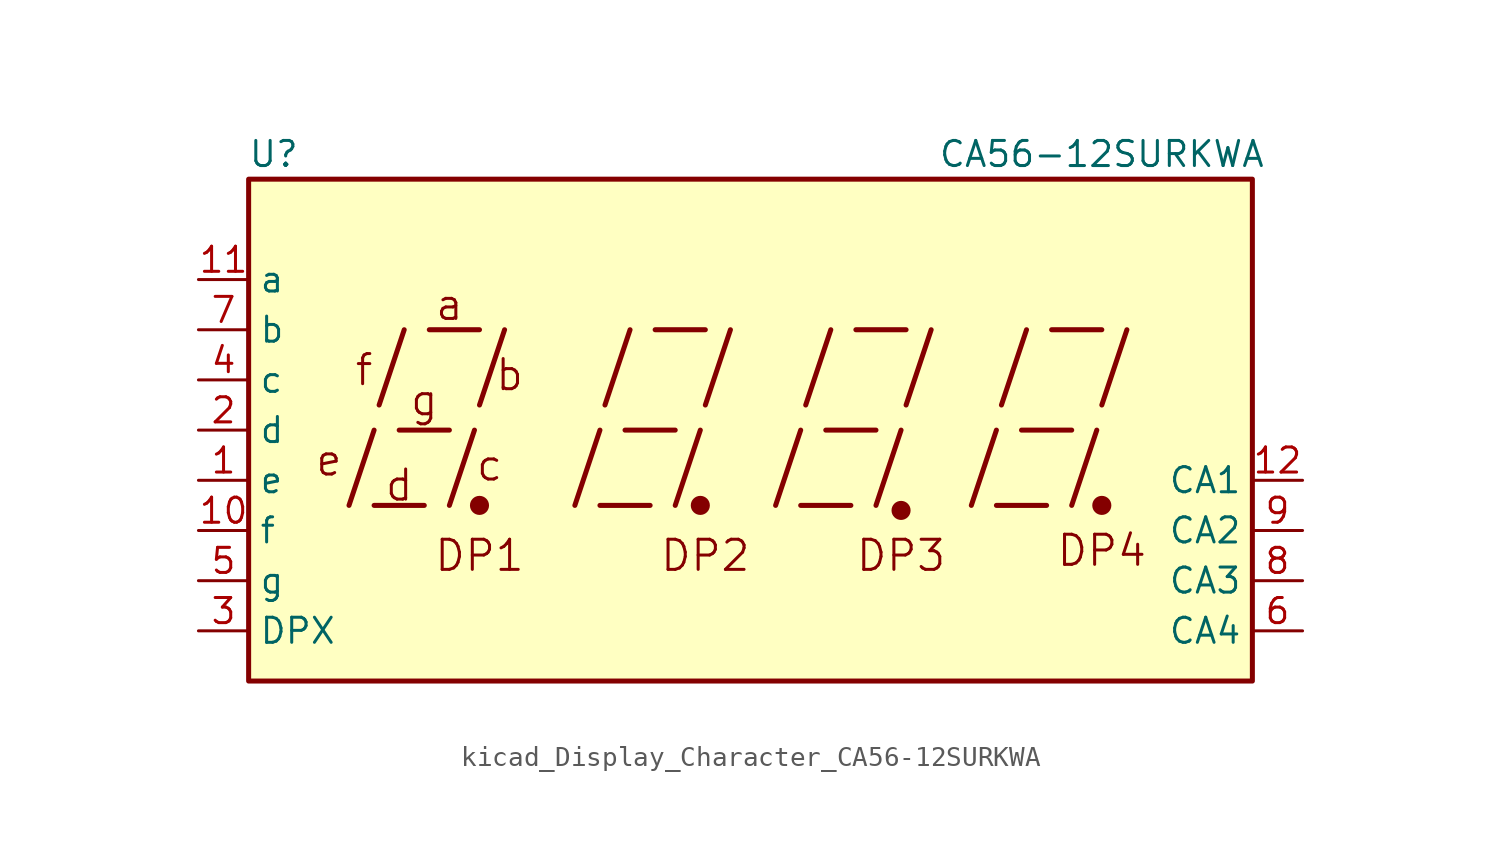
<source format=kicad_sym>
(kicad_symbol_lib
  (version 20220914)
  (generator kicad_symbol_editor)
  (symbol "kicad_Display_Character_CA56-12SURKWA"
    (property "Reference" "U"
      (at -24.13 13.97 0)
      (effects (font (size 1.27 1.27))))
    (property "Value" "CA56-12SURKWA"
      (at 17.78 13.97 0)
      (effects (font (size 1.27 1.27))))
    (symbol "kicad_Display_Character_CA56-12SURKWA_0_0"
      (rectangle (start -25.4 12.7) (end 25.4 -12.7) (stroke (width 0.254) (type default)) (fill (type background)))
      (polyline (pts (xy -20.32 -3.81) (xy -19.05 0)) (stroke (width 0.254) (type default)) (fill (type none)))
      (polyline (pts (xy -19.05 -3.81) (xy -16.51 -3.81)) (stroke (width 0.254) (type default)) (fill (type none)))
      (polyline (pts (xy -18.796 1.27) (xy -17.526 5.08)) (stroke (width 0.254) (type default)) (fill (type none)))
      (polyline (pts (xy -17.78 0) (xy -15.24 0)) (stroke (width 0.254) (type default)) (fill (type none)))
      (polyline (pts (xy -16.256 5.08) (xy -13.716 5.08)) (stroke (width 0.254) (type default)) (fill (type none)))
      (polyline (pts (xy -15.24 -3.81) (xy -13.97 0)) (stroke (width 0.254) (type default)) (fill (type none)))
      (polyline (pts (xy -13.716 1.27) (xy -12.446 5.08)) (stroke (width 0.254) (type default)) (fill (type none)))
      (polyline (pts (xy -8.89 -3.81) (xy -7.62 0)) (stroke (width 0.254) (type default)) (fill (type none)))
      (polyline (pts (xy -7.62 -3.81) (xy -5.08 -3.81)) (stroke (width 0.254) (type default)) (fill (type none)))
      (polyline (pts (xy -7.366 1.27) (xy -6.096 5.08)) (stroke (width 0.254) (type default)) (fill (type none)))
      (polyline (pts (xy -6.35 0) (xy -3.81 0)) (stroke (width 0.254) (type default)) (fill (type none)))
      (polyline (pts (xy -4.826 5.08) (xy -2.286 5.08)) (stroke (width 0.254) (type default)) (fill (type none)))
      (polyline (pts (xy -3.81 -3.81) (xy -2.54 0)) (stroke (width 0.254) (type default)) (fill (type none)))
      (polyline (pts (xy -2.286 1.27) (xy -1.016 5.08)) (stroke (width 0.254) (type default)) (fill (type none)))
      (polyline (pts (xy 1.27 -3.81) (xy 2.54 0)) (stroke (width 0.254) (type default)) (fill (type none)))
      (polyline (pts (xy 2.54 -3.81) (xy 5.08 -3.81)) (stroke (width 0.254) (type default)) (fill (type none)))
      (polyline (pts (xy 2.794 1.27) (xy 4.064 5.08)) (stroke (width 0.254) (type default)) (fill (type none)))
      (polyline (pts (xy 3.81 0) (xy 6.35 0)) (stroke (width 0.254) (type default)) (fill (type none)))
      (polyline (pts (xy 5.334 5.08) (xy 7.874 5.08)) (stroke (width 0.254) (type default)) (fill (type none)))
      (polyline (pts (xy 6.35 -3.81) (xy 7.62 0)) (stroke (width 0.254) (type default)) (fill (type none)))
      (polyline (pts (xy 7.874 1.27) (xy 9.144 5.08)) (stroke (width 0.254) (type default)) (fill (type none)))
      (polyline (pts (xy 11.176 -3.81) (xy 12.446 0)) (stroke (width 0.254) (type default)) (fill (type none)))
      (polyline (pts (xy 12.446 -3.81) (xy 14.986 -3.81)) (stroke (width 0.254) (type default)) (fill (type none)))
      (polyline (pts (xy 12.7 1.27) (xy 13.97 5.08)) (stroke (width 0.254) (type default)) (fill (type none)))
      (polyline (pts (xy 13.716 0) (xy 16.256 0)) (stroke (width 0.254) (type default)) (fill (type none)))
      (polyline (pts (xy 15.24 5.08) (xy 17.78 5.08)) (stroke (width 0.254) (type default)) (fill (type none)))
      (polyline (pts (xy 16.256 -3.81) (xy 17.526 0)) (stroke (width 0.254) (type default)) (fill (type none)))
      (polyline (pts (xy 17.78 1.27) (xy 19.05 5.08)) (stroke (width 0.254) (type default)) (fill (type none)))
      (text "a" (at -15.24 6.35 0) (effects (font (size 1.524 1.524))))
      (text "b" (at -12.192 2.794 0) (effects (font (size 1.524 1.524))))
      (text "c" (at -13.208 -1.778 0) (effects (font (size 1.524 1.524))))
      (text "d" (at -17.78 -2.794 0) (effects (font (size 1.524 1.524))))
      (text "DP1" (at -13.716 -6.35 0) (effects (font (size 1.524 1.524))))
      (text "DP2" (at -2.286 -6.35 0) (effects (font (size 1.524 1.524))))
      (text "DP3" (at 7.62 -6.35 0) (effects (font (size 1.524 1.524))))
      (text "DP4" (at 17.78 -6.096 0) (effects (font (size 1.524 1.524))))
      (text "e" (at -21.336 -1.524 0) (effects (font (size 1.524 1.524))))
      (text "f" (at -19.558 3.048 0) (effects (font (size 1.524 1.524))))
      (text "g" (at -16.51 1.524 0) (effects (font (size 1.524 1.524)))))
    (symbol "kicad_Display_Character_CA56-12SURKWA_0_1"
      (circle (center -13.716 -3.81) (radius 0.356) (stroke (width 0.254) (type default)) (fill (type outline)))
      (circle (center -2.54 -3.81) (radius 0.356) (stroke (width 0.254) (type default)) (fill (type outline))))
    (symbol "kicad_Display_Character_CA56-12SURKWA_1_0"
      (circle (center 7.62 -4.064) (radius 0.356) (stroke (width 0.254) (type default)) (fill (type outline)))
      (circle (center 17.78 -3.81) (radius 0.356) (stroke (width 0.254) (type default)) (fill (type outline))))
    (symbol "kicad_Display_Character_CA56-12SURKWA_1_1"
      (pin input line (at -27.94 -2.54 0) (length 2.54) (name "e" (effects (font (size 1.27 1.27)))) (number "1" (effects (font (size 1.27 1.27)))))
      (pin input line (at -27.94 -5.08 0) (length 2.54) (name "f" (effects (font (size 1.27 1.27)))) (number "10" (effects (font (size 1.27 1.27)))))
      (pin input line (at -27.94 7.62 0) (length 2.54) (name "a" (effects (font (size 1.27 1.27)))) (number "11" (effects (font (size 1.27 1.27)))))
      (pin input line (at 27.94 -2.54 180) (length 2.54) (name "CA1" (effects (font (size 1.27 1.27)))) (number "12" (effects (font (size 1.27 1.27)))))
      (pin input line (at -27.94 0 0) (length 2.54) (name "d" (effects (font (size 1.27 1.27)))) (number "2" (effects (font (size 1.27 1.27)))))
      (pin input line (at -27.94 -10.16 0) (length 2.54) (name "DPX" (effects (font (size 1.27 1.27)))) (number "3" (effects (font (size 1.27 1.27)))))
      (pin input line (at -27.94 2.54 0) (length 2.54) (name "c" (effects (font (size 1.27 1.27)))) (number "4" (effects (font (size 1.27 1.27)))))
      (pin input line (at -27.94 -7.62 0) (length 2.54) (name "g" (effects (font (size 1.27 1.27)))) (number "5" (effects (font (size 1.27 1.27)))))
      (pin input line (at 27.94 -10.16 180) (length 2.54) (name "CA4" (effects (font (size 1.27 1.27)))) (number "6" (effects (font (size 1.27 1.27)))))
      (pin input line (at -27.94 5.08 0) (length 2.54) (name "b" (effects (font (size 1.27 1.27)))) (number "7" (effects (font (size 1.27 1.27)))))
      (pin input line (at 27.94 -7.62 180) (length 2.54) (name "CA3" (effects (font (size 1.27 1.27)))) (number "8" (effects (font (size 1.27 1.27)))))
      (pin input line (at 27.94 -5.08 180) (length 2.54) (name "CA2" (effects (font (size 1.27 1.27)))) (number "9" (effects (font (size 1.27 1.27))))))))
</source>
